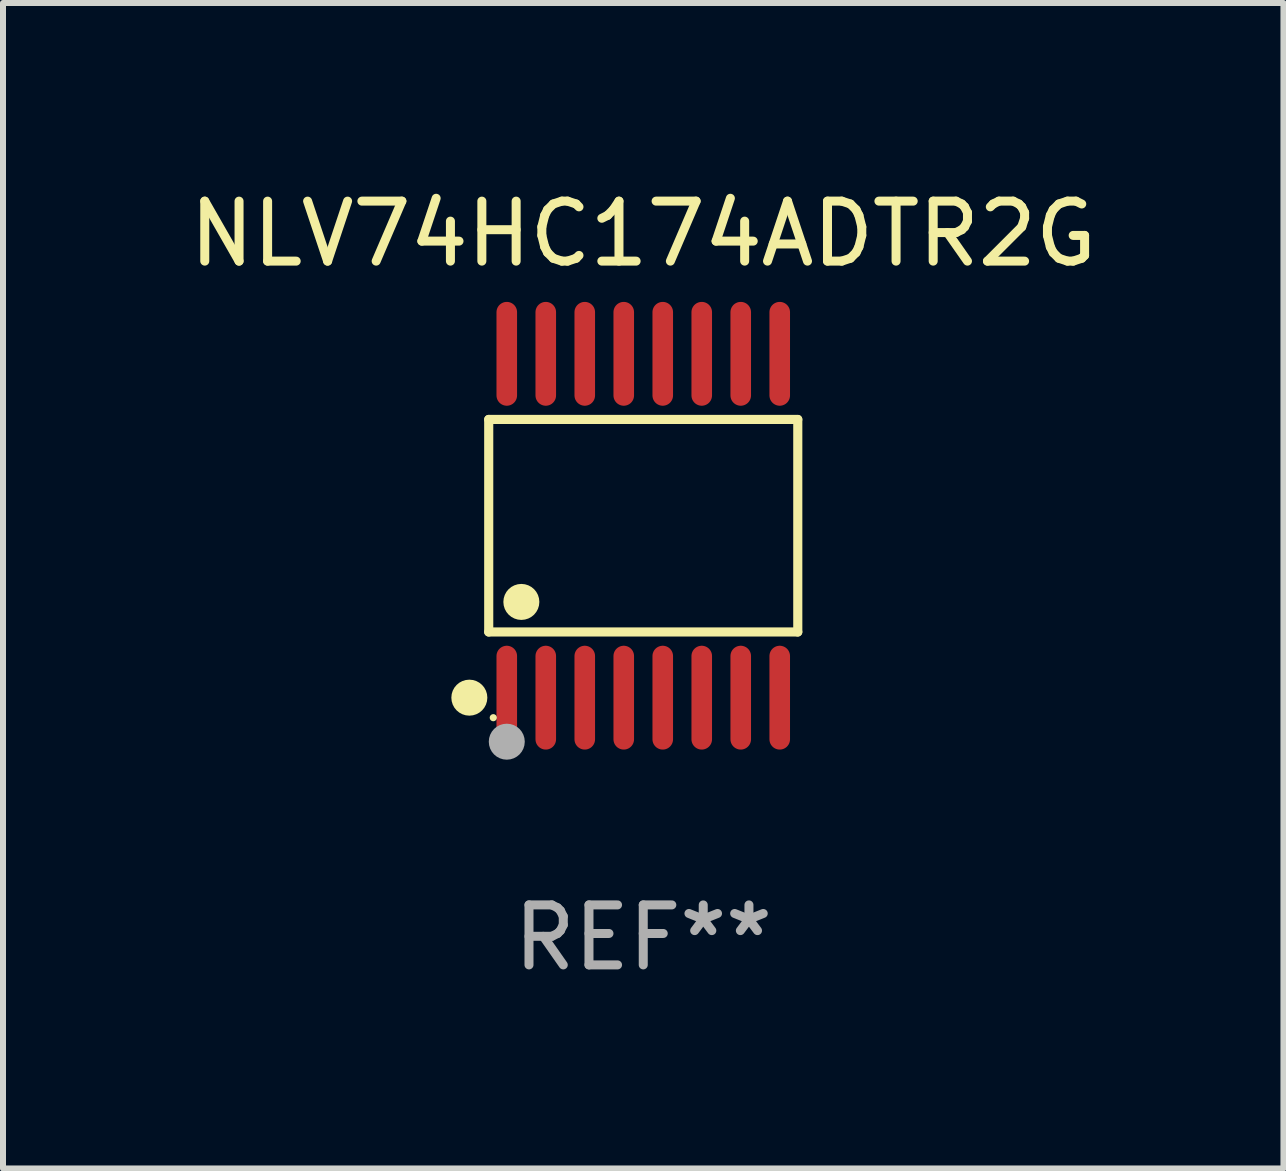
<source format=kicad_pcb>
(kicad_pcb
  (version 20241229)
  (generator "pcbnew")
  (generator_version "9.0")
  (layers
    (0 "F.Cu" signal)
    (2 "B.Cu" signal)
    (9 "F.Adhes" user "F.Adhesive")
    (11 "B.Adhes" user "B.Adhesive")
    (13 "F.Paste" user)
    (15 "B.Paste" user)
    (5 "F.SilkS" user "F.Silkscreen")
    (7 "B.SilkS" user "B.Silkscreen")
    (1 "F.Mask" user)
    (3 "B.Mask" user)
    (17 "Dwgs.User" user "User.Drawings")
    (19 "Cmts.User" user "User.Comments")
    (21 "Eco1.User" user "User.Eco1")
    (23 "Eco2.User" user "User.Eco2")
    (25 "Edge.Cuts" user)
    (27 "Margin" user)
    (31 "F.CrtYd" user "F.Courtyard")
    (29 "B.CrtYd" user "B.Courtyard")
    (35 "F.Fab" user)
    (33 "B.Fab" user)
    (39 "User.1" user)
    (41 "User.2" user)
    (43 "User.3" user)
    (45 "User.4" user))
  (footprint "NLV74HC174ADTR2G"
    (layer "F.Cu")
    (at 7.673 5.714)
    (property "Reference" "NLV74HC174ADTR2G" (at 0 -4.866 0) (layer "F.SilkS") (effects (font (size 1 1) (thickness 0.15))))
    (attr through_hole)
    (fp_line (start -2.576 -1.772) (end 2.576 -1.772) (stroke (width 0.152) (type solid)) (layer "F.SilkS"))
    (fp_line (start -2.576 1.771) (end -2.576 -1.772) (stroke (width 0.152) (type solid)) (layer "F.SilkS"))
    (fp_line (start 2.576 -1.772) (end 2.576 1.771) (stroke (width 0.152) (type solid)) (layer "F.SilkS"))
    (fp_line (start 2.576 1.771) (end -2.576 1.771) (stroke (width 0.152) (type solid)) (layer "F.SilkS"))
    (fp_circle (center -2.899 2.866) (end -2.749 2.866) (stroke (width 0.3) (type solid)) (fill no) (layer "F.SilkS"))
    (fp_circle (center -2.5 3.2) (end -2.47 3.2) (stroke (width 0.06) (type solid)) (fill no) (layer "F.SilkS"))
    (fp_circle (center -2.032 1.27) (end -1.882 1.27) (stroke (width 0.3) (type solid)) (fill no) (layer "F.SilkS"))
    (fp_circle (center -2.275 3.6) (end -2.125 3.6) (stroke (width 0.3) (type solid)) (fill no) (layer "F.Fab"))
    (fp_text user "REF**" (at 0 6.866 0) (layer "F.Fab") (effects (font (size 1 1) (thickness 0.15))))
    (pad "1" smd oval (at -2.275 2.866) (size 0.343 1.731) (layers "F.Cu" "F.Mask" "F.Paste"))
    (pad "2" smd oval (at -1.625 2.866) (size 0.343 1.731) (layers "F.Cu" "F.Mask" "F.Paste"))
    (pad "3" smd oval (at -0.975 2.866) (size 0.343 1.731) (layers "F.Cu" "F.Mask" "F.Paste"))
    (pad "4" smd oval (at -0.325 2.866) (size 0.343 1.731) (layers "F.Cu" "F.Mask" "F.Paste"))
    (pad "5" smd oval (at 0.325 2.866) (size 0.343 1.731) (layers "F.Cu" "F.Mask" "F.Paste"))
    (pad "6" smd oval (at 0.975 2.866) (size 0.343 1.731) (layers "F.Cu" "F.Mask" "F.Paste"))
    (pad "7" smd oval (at 1.625 2.866) (size 0.343 1.731) (layers "F.Cu" "F.Mask" "F.Paste"))
    (pad "8" smd oval (at 2.275 2.866) (size 0.343 1.731) (layers "F.Cu" "F.Mask" "F.Paste"))
    (pad "9" smd oval (at 2.275 -2.866) (size 0.343 1.731) (layers "F.Cu" "F.Mask" "F.Paste"))
    (pad "10" smd oval (at 1.625 -2.866) (size 0.343 1.731) (layers "F.Cu" "F.Mask" "F.Paste"))
    (pad "11" smd oval (at 0.975 -2.866) (size 0.343 1.731) (layers "F.Cu" "F.Mask" "F.Paste"))
    (pad "12" smd oval (at 0.325 -2.866) (size 0.343 1.731) (layers "F.Cu" "F.Mask" "F.Paste"))
    (pad "13" smd oval (at -0.325 -2.866) (size 0.343 1.731) (layers "F.Cu" "F.Mask" "F.Paste"))
    (pad "14" smd oval (at -0.975 -2.866) (size 0.343 1.731) (layers "F.Cu" "F.Mask" "F.Paste"))
    (pad "15" smd oval (at -1.625 -2.866) (size 0.343 1.731) (layers "F.Cu" "F.Mask" "F.Paste"))
    (pad "16" smd oval (at -2.275 -2.866) (size 0.343 1.731) (layers "F.Cu" "F.Mask" "F.Paste")))
  (gr_rect
    (start -3 -3)
    (end 18.345 16.428)
    (stroke (width 0.1) (type default))
    (fill no)
    (layer "Edge.Cuts")))
</source>
